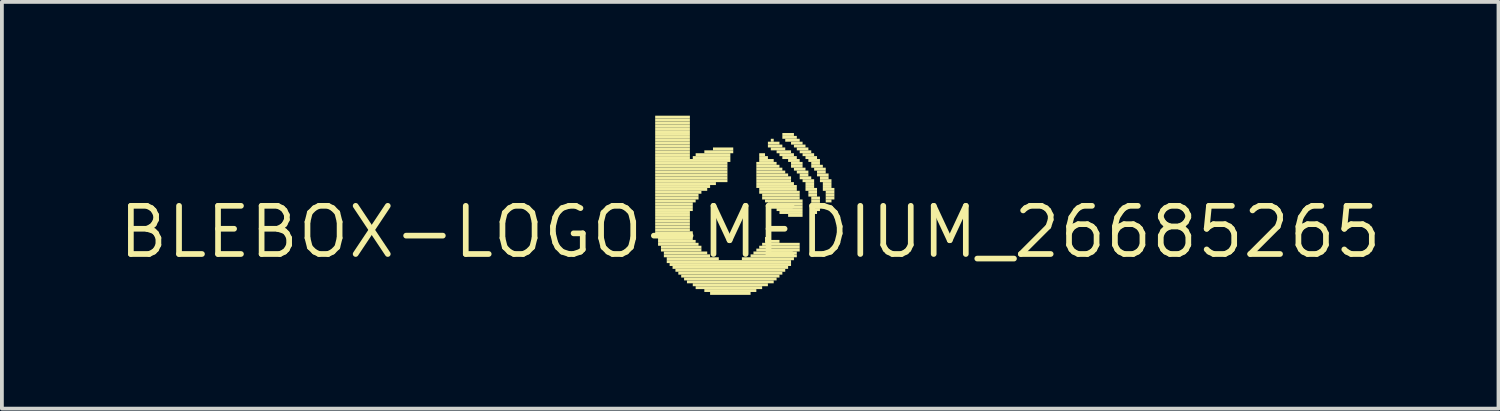
<source format=kicad_pcb>
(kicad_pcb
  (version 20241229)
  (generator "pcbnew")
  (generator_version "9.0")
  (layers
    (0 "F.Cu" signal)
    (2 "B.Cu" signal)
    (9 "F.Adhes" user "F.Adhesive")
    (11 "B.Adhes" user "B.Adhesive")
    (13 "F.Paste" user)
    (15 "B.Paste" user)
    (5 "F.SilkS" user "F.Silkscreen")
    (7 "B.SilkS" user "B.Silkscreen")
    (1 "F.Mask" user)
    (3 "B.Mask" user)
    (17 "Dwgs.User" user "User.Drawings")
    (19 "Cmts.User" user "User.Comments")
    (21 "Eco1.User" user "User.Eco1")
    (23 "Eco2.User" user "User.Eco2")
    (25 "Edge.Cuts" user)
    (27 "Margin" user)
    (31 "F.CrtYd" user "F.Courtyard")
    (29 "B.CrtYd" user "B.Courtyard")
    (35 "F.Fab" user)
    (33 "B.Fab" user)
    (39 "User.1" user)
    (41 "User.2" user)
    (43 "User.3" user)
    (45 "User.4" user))
  (footprint "BLEBOX-LOGO-MEDIUM_26685265"
    (layer "F.Cu")
    (at 16.729 3.067)
    (property "Reference" "BLEBOX-LOGO-MEDIUM_26685265" (at 0 0 0) (layer "F.SilkS") (effects (font (size 1.27 1.27) (thickness 0.15))))
    (fp_poly (pts (xy -2.505 -2.991) (xy -1.59 -2.991) (xy -1.59 -3.067) (xy -2.505 -3.067)) (stroke (width 0) (type default)) (fill yes) (layer "F.SilkS"))
    (fp_poly (pts (xy -2.505 -2.915) (xy -1.59 -2.915) (xy -1.59 -2.991) (xy -2.505 -2.991)) (stroke (width 0) (type default)) (fill yes) (layer "F.SilkS"))
    (fp_poly (pts (xy -2.505 -2.839) (xy -1.59 -2.839) (xy -1.59 -2.915) (xy -2.505 -2.915)) (stroke (width 0) (type default)) (fill yes) (layer "F.SilkS"))
    (fp_poly (pts (xy -2.505 -2.763) (xy -1.59 -2.763) (xy -1.59 -2.839) (xy -2.505 -2.839)) (stroke (width 0) (type default)) (fill yes) (layer "F.SilkS"))
    (fp_poly (pts (xy -2.505 -2.686) (xy -1.59 -2.686) (xy -1.59 -2.763) (xy -2.505 -2.763)) (stroke (width 0) (type default)) (fill yes) (layer "F.SilkS"))
    (fp_poly (pts (xy -2.505 -2.61) (xy -1.59 -2.61) (xy -1.59 -2.686) (xy -2.505 -2.686)) (stroke (width 0) (type default)) (fill yes) (layer "F.SilkS"))
    (fp_poly (pts (xy -2.505 -2.534) (xy -1.59 -2.534) (xy -1.59 -2.61) (xy -2.505 -2.61)) (stroke (width 0) (type default)) (fill yes) (layer "F.SilkS"))
    (fp_poly (pts (xy -2.505 -2.458) (xy -1.59 -2.458) (xy -1.59 -2.534) (xy -2.505 -2.534)) (stroke (width 0) (type default)) (fill yes) (layer "F.SilkS"))
    (fp_poly (pts (xy -2.505 -2.381) (xy -1.59 -2.381) (xy -1.59 -2.458) (xy -2.505 -2.458)) (stroke (width 0) (type default)) (fill yes) (layer "F.SilkS"))
    (fp_poly (pts (xy -2.505 -2.305) (xy -1.59 -2.305) (xy -1.59 -2.381) (xy -2.505 -2.381)) (stroke (width 0) (type default)) (fill yes) (layer "F.SilkS"))
    (fp_poly (pts (xy -2.505 -2.229) (xy -1.59 -2.229) (xy -1.59 -2.305) (xy -2.505 -2.305)) (stroke (width 0) (type default)) (fill yes) (layer "F.SilkS"))
    (fp_poly (pts (xy -2.505 -2.153) (xy -1.59 -2.153) (xy -1.59 -2.229) (xy -2.505 -2.229)) (stroke (width 0) (type default)) (fill yes) (layer "F.SilkS"))
    (fp_poly (pts (xy -2.505 -2.077) (xy -1.59 -2.077) (xy -1.59 -2.153) (xy -2.505 -2.153)) (stroke (width 0) (type default)) (fill yes) (layer "F.SilkS"))
    (fp_poly (pts (xy -2.505 -2.001) (xy -1.59 -2.001) (xy -1.59 -2.077) (xy -2.505 -2.077)) (stroke (width 0) (type default)) (fill yes) (layer "F.SilkS"))
    (fp_poly (pts (xy -2.505 -1.924) (xy -1.59 -1.924) (xy -1.59 -2.001) (xy -2.505 -2.001)) (stroke (width 0) (type default)) (fill yes) (layer "F.SilkS"))
    (fp_poly (pts (xy -2.505 -1.848) (xy -0.523 -1.848) (xy -0.523 -1.924) (xy -2.505 -1.924)) (stroke (width 0) (type default)) (fill yes) (layer "F.SilkS"))
    (fp_poly (pts (xy -2.505 -1.772) (xy -0.6 -1.772) (xy -0.6 -1.848) (xy -2.505 -1.848)) (stroke (width 0) (type default)) (fill yes) (layer "F.SilkS"))
    (fp_poly (pts (xy -2.505 -1.696) (xy -0.6 -1.696) (xy -0.6 -1.772) (xy -2.505 -1.772)) (stroke (width 0) (type default)) (fill yes) (layer "F.SilkS"))
    (fp_poly (pts (xy -2.505 -1.619) (xy -0.6 -1.619) (xy -0.6 -1.696) (xy -2.505 -1.696)) (stroke (width 0) (type default)) (fill yes) (layer "F.SilkS"))
    (fp_poly (pts (xy -2.505 -1.543) (xy -0.6 -1.543) (xy -0.6 -1.619) (xy -2.505 -1.619)) (stroke (width 0) (type default)) (fill yes) (layer "F.SilkS"))
    (fp_poly (pts (xy -2.505 -1.467) (xy -0.6 -1.467) (xy -0.6 -1.543) (xy -2.505 -1.543)) (stroke (width 0) (type default)) (fill yes) (layer "F.SilkS"))
    (fp_poly (pts (xy -2.505 -1.391) (xy -0.6 -1.391) (xy -0.6 -1.467) (xy -2.505 -1.467)) (stroke (width 0) (type default)) (fill yes) (layer "F.SilkS"))
    (fp_poly (pts (xy -2.505 -1.315) (xy -0.6 -1.315) (xy -0.6 -1.391) (xy -2.505 -1.391)) (stroke (width 0) (type default)) (fill yes) (layer "F.SilkS"))
    (fp_poly (pts (xy -2.505 -1.238) (xy -0.904 -1.238) (xy -0.904 -1.315) (xy -2.505 -1.315)) (stroke (width 0) (type default)) (fill yes) (layer "F.SilkS"))
    (fp_poly (pts (xy -2.505 -1.162) (xy -1.057 -1.162) (xy -1.057 -1.238) (xy -2.505 -1.238)) (stroke (width 0) (type default)) (fill yes) (layer "F.SilkS"))
    (fp_poly (pts (xy -2.505 -1.086) (xy -1.133 -1.086) (xy -1.133 -1.162) (xy -2.505 -1.162)) (stroke (width 0) (type default)) (fill yes) (layer "F.SilkS"))
    (fp_poly (pts (xy -2.505 -1.01) (xy -1.286 -1.01) (xy -1.286 -1.086) (xy -2.505 -1.086)) (stroke (width 0) (type default)) (fill yes) (layer "F.SilkS"))
    (fp_poly (pts (xy -2.505 -0.934) (xy -1.362 -0.934) (xy -1.362 -1.01) (xy -2.505 -1.01)) (stroke (width 0) (type default)) (fill yes) (layer "F.SilkS"))
    (fp_poly (pts (xy -2.505 -0.858) (xy -1.362 -0.858) (xy -1.362 -0.934) (xy -2.505 -0.934)) (stroke (width 0) (type default)) (fill yes) (layer "F.SilkS"))
    (fp_poly (pts (xy -2.505 -0.781) (xy -1.438 -0.781) (xy -1.438 -0.858) (xy -2.505 -0.858)) (stroke (width 0) (type default)) (fill yes) (layer "F.SilkS"))
    (fp_poly (pts (xy -2.505 -0.705) (xy -1.514 -0.705) (xy -1.514 -0.781) (xy -2.505 -0.781)) (stroke (width 0) (type default)) (fill yes) (layer "F.SilkS"))
    (fp_poly (pts (xy -2.505 -0.629) (xy -1.514 -0.629) (xy -1.514 -0.705) (xy -2.505 -0.705)) (stroke (width 0) (type default)) (fill yes) (layer "F.SilkS"))
    (fp_poly (pts (xy -2.505 -0.553) (xy -1.514 -0.553) (xy -1.514 -0.629) (xy -2.505 -0.629)) (stroke (width 0) (type default)) (fill yes) (layer "F.SilkS"))
    (fp_poly (pts (xy -2.505 -0.476) (xy -1.59 -0.476) (xy -1.59 -0.553) (xy -2.505 -0.553)) (stroke (width 0) (type default)) (fill yes) (layer "F.SilkS"))
    (fp_poly (pts (xy -2.505 -0.4) (xy -1.59 -0.4) (xy -1.59 -0.476) (xy -2.505 -0.476)) (stroke (width 0) (type default)) (fill yes) (layer "F.SilkS"))
    (fp_poly (pts (xy -2.505 -0.324) (xy -1.59 -0.324) (xy -1.59 -0.4) (xy -2.505 -0.4)) (stroke (width 0) (type default)) (fill yes) (layer "F.SilkS"))
    (fp_poly (pts (xy -2.505 -0.248) (xy -1.59 -0.248) (xy -1.59 -0.324) (xy -2.505 -0.324)) (stroke (width 0) (type default)) (fill yes) (layer "F.SilkS"))
    (fp_poly (pts (xy -2.505 -0.172) (xy -1.59 -0.172) (xy -1.59 -0.248) (xy -2.505 -0.248)) (stroke (width 0) (type default)) (fill yes) (layer "F.SilkS"))
    (fp_poly (pts (xy -2.505 -0.096) (xy -1.59 -0.096) (xy -1.59 -0.172) (xy -2.505 -0.172)) (stroke (width 0) (type default)) (fill yes) (layer "F.SilkS"))
    (fp_poly (pts (xy -2.505 -0.019) (xy -1.59 -0.019) (xy -1.59 -0.096) (xy -2.505 -0.096)) (stroke (width 0) (type default)) (fill yes) (layer "F.SilkS"))
    (fp_poly (pts (xy -2.505 0.057) (xy -1.514 0.057) (xy -1.514 -0.019) (xy -2.505 -0.019)) (stroke (width 0) (type default)) (fill yes) (layer "F.SilkS"))
    (fp_poly (pts (xy -2.429 0.133) (xy -1.514 0.133) (xy -1.514 0.057) (xy -2.429 0.057)) (stroke (width 0) (type default)) (fill yes) (layer "F.SilkS"))
    (fp_poly (pts (xy -2.429 0.209) (xy -1.514 0.209) (xy -1.514 0.133) (xy -2.429 0.133)) (stroke (width 0) (type default)) (fill yes) (layer "F.SilkS"))
    (fp_poly (pts (xy -2.429 0.285) (xy -1.438 0.285) (xy -1.438 0.209) (xy -2.429 0.209)) (stroke (width 0) (type default)) (fill yes) (layer "F.SilkS"))
    (fp_poly (pts (xy -2.429 0.362) (xy -1.362 0.362) (xy -1.362 0.285) (xy -2.429 0.285)) (stroke (width 0) (type default)) (fill yes) (layer "F.SilkS"))
    (fp_poly (pts (xy -2.352 0.438) (xy -1.286 0.438) (xy -1.286 0.362) (xy -2.352 0.362)) (stroke (width 0) (type default)) (fill yes) (layer "F.SilkS"))
    (fp_poly (pts (xy -2.352 0.514) (xy -1.286 0.514) (xy -1.286 0.438) (xy -2.352 0.438)) (stroke (width 0) (type default)) (fill yes) (layer "F.SilkS"))
    (fp_poly (pts (xy -2.276 0.59) (xy -1.133 0.59) (xy -1.133 0.514) (xy -2.276 0.514)) (stroke (width 0) (type default)) (fill yes) (layer "F.SilkS"))
    (fp_poly (pts (xy -2.276 0.666) (xy -1.057 0.666) (xy -1.057 0.59) (xy -2.276 0.59)) (stroke (width 0) (type default)) (fill yes) (layer "F.SilkS"))
    (fp_poly (pts (xy -2.2 0.743) (xy -0.828 0.743) (xy -0.828 0.666) (xy -2.2 0.666)) (stroke (width 0) (type default)) (fill yes) (layer "F.SilkS"))
    (fp_poly (pts (xy -2.2 0.819) (xy 1.077 0.819) (xy 1.077 0.743) (xy -2.2 0.743)) (stroke (width 0) (type default)) (fill yes) (layer "F.SilkS"))
    (fp_poly (pts (xy -2.124 0.895) (xy 1.077 0.895) (xy 1.077 0.819) (xy -2.124 0.819)) (stroke (width 0) (type default)) (fill yes) (layer "F.SilkS"))
    (fp_poly (pts (xy -2.047 0.971) (xy 1 0.971) (xy 1 0.895) (xy -2.047 0.895)) (stroke (width 0) (type default)) (fill yes) (layer "F.SilkS"))
    (fp_poly (pts (xy -1.971 1.048) (xy 0.924 1.048) (xy 0.924 0.971) (xy -1.971 0.971)) (stroke (width 0) (type default)) (fill yes) (layer "F.SilkS"))
    (fp_poly (pts (xy -1.895 1.124) (xy 0.848 1.124) (xy 0.848 1.048) (xy -1.895 1.048)) (stroke (width 0) (type default)) (fill yes) (layer "F.SilkS"))
    (fp_poly (pts (xy -1.819 1.2) (xy 0.772 1.2) (xy 0.772 1.124) (xy -1.819 1.124)) (stroke (width 0) (type default)) (fill yes) (layer "F.SilkS"))
    (fp_poly (pts (xy -1.743 1.276) (xy 0.696 1.276) (xy 0.696 1.2) (xy -1.743 1.2)) (stroke (width 0) (type default)) (fill yes) (layer "F.SilkS"))
    (fp_poly (pts (xy -1.667 1.352) (xy 0.62 1.352) (xy 0.62 1.276) (xy -1.667 1.276)) (stroke (width 0) (type default)) (fill yes) (layer "F.SilkS"))
    (fp_poly (pts (xy -1.514 -1.924) (xy -0.523 -1.924) (xy -0.523 -2.001) (xy -1.514 -2.001)) (stroke (width 0) (type default)) (fill yes) (layer "F.SilkS"))
    (fp_poly (pts (xy -1.514 1.429) (xy 0.467 1.429) (xy 0.467 1.352) (xy -1.514 1.352)) (stroke (width 0) (type default)) (fill yes) (layer "F.SilkS"))
    (fp_poly (pts (xy -1.438 -2.001) (xy -0.523 -2.001) (xy -0.523 -2.077) (xy -1.438 -2.077)) (stroke (width 0) (type default)) (fill yes) (layer "F.SilkS"))
    (fp_poly (pts (xy -1.438 1.505) (xy 0.315 1.505) (xy 0.315 1.429) (xy -1.438 1.429)) (stroke (width 0) (type default)) (fill yes) (layer "F.SilkS"))
    (fp_poly (pts (xy -1.209 -2.077) (xy -0.447 -2.077) (xy -0.447 -2.153) (xy -1.209 -2.153)) (stroke (width 0) (type default)) (fill yes) (layer "F.SilkS"))
    (fp_poly (pts (xy -1.209 1.581) (xy 0.162 1.581) (xy 0.162 1.505) (xy -1.209 1.505)) (stroke (width 0) (type default)) (fill yes) (layer "F.SilkS"))
    (fp_poly (pts (xy -1.057 1.657) (xy 0.01 1.657) (xy 0.01 1.581) (xy -1.057 1.581)) (stroke (width 0) (type default)) (fill yes) (layer "F.SilkS"))
    (fp_poly (pts (xy -0.981 -2.153) (xy -0.447 -2.153) (xy -0.447 -2.229) (xy -0.981 -2.229)) (stroke (width 0) (type default)) (fill yes) (layer "F.SilkS"))
    (fp_poly (pts (xy -0.219 0.743) (xy 1.153 0.743) (xy 1.153 0.666) (xy -0.219 0.666)) (stroke (width 0) (type default)) (fill yes) (layer "F.SilkS"))
    (fp_poly (pts (xy 0.01 0.666) (xy 1.229 0.666) (xy 1.229 0.59) (xy 0.01 0.59)) (stroke (width 0) (type default)) (fill yes) (layer "F.SilkS"))
    (fp_poly (pts (xy 0.086 0.59) (xy 1.229 0.59) (xy 1.229 0.514) (xy 0.086 0.514)) (stroke (width 0) (type default)) (fill yes) (layer "F.SilkS"))
    (fp_poly (pts (xy 0.162 -1.772) (xy 0.696 -1.772) (xy 0.696 -1.848) (xy 0.162 -1.848)) (stroke (width 0) (type default)) (fill yes) (layer "F.SilkS"))
    (fp_poly (pts (xy 0.162 -1.696) (xy 0.772 -1.696) (xy 0.772 -1.772) (xy 0.162 -1.772)) (stroke (width 0) (type default)) (fill yes) (layer "F.SilkS"))
    (fp_poly (pts (xy 0.162 -1.619) (xy 0.848 -1.619) (xy 0.848 -1.696) (xy 0.162 -1.696)) (stroke (width 0) (type default)) (fill yes) (layer "F.SilkS"))
    (fp_poly (pts (xy 0.162 -1.543) (xy 0.924 -1.543) (xy 0.924 -1.619) (xy 0.162 -1.619)) (stroke (width 0) (type default)) (fill yes) (layer "F.SilkS"))
    (fp_poly (pts (xy 0.162 -1.467) (xy 1 -1.467) (xy 1 -1.543) (xy 0.162 -1.543)) (stroke (width 0) (type default)) (fill yes) (layer "F.SilkS"))
    (fp_poly (pts (xy 0.162 -1.391) (xy 1.077 -1.391) (xy 1.077 -1.467) (xy 0.162 -1.467)) (stroke (width 0) (type default)) (fill yes) (layer "F.SilkS"))
    (fp_poly (pts (xy 0.162 -1.315) (xy 1.077 -1.315) (xy 1.077 -1.391) (xy 0.162 -1.391)) (stroke (width 0) (type default)) (fill yes) (layer "F.SilkS"))
    (fp_poly (pts (xy 0.162 -1.238) (xy 1.153 -1.238) (xy 1.153 -1.315) (xy 0.162 -1.315)) (stroke (width 0) (type default)) (fill yes) (layer "F.SilkS"))
    (fp_poly (pts (xy 0.162 -1.162) (xy 1.229 -1.162) (xy 1.229 -1.238) (xy 0.162 -1.238)) (stroke (width 0) (type default)) (fill yes) (layer "F.SilkS"))
    (fp_poly (pts (xy 0.162 0.514) (xy 1.305 0.514) (xy 1.305 0.438) (xy 0.162 0.438)) (stroke (width 0) (type default)) (fill yes) (layer "F.SilkS"))
    (fp_poly (pts (xy 0.238 -2.001) (xy 0.391 -2.001) (xy 0.391 -2.077) (xy 0.238 -2.077)) (stroke (width 0) (type default)) (fill yes) (layer "F.SilkS"))
    (fp_poly (pts (xy 0.238 -1.924) (xy 0.467 -1.924) (xy 0.467 -2.001) (xy 0.238 -2.001)) (stroke (width 0) (type default)) (fill yes) (layer "F.SilkS"))
    (fp_poly (pts (xy 0.238 -1.848) (xy 0.62 -1.848) (xy 0.62 -1.924) (xy 0.238 -1.924)) (stroke (width 0) (type default)) (fill yes) (layer "F.SilkS"))
    (fp_poly (pts (xy 0.238 -1.086) (xy 1.229 -1.086) (xy 1.229 -1.162) (xy 0.238 -1.162)) (stroke (width 0) (type default)) (fill yes) (layer "F.SilkS"))
    (fp_poly (pts (xy 0.238 -1.01) (xy 1.305 -1.01) (xy 1.305 -1.086) (xy 0.238 -1.086)) (stroke (width 0) (type default)) (fill yes) (layer "F.SilkS"))
    (fp_poly (pts (xy 0.238 0.438) (xy 1.305 0.438) (xy 1.305 0.362) (xy 0.238 0.362)) (stroke (width 0) (type default)) (fill yes) (layer "F.SilkS"))
    (fp_poly (pts (xy 0.315 -0.934) (xy 1.305 -0.934) (xy 1.305 -1.01) (xy 0.315 -1.01)) (stroke (width 0) (type default)) (fill yes) (layer "F.SilkS"))
    (fp_poly (pts (xy 0.315 -0.858) (xy 1.305 -0.858) (xy 1.305 -0.934) (xy 0.315 -0.934)) (stroke (width 0) (type default)) (fill yes) (layer "F.SilkS"))
    (fp_poly (pts (xy 0.315 0.362) (xy 1.305 0.362) (xy 1.305 0.285) (xy 0.315 0.285)) (stroke (width 0) (type default)) (fill yes) (layer "F.SilkS"))
    (fp_poly (pts (xy 0.391 -0.781) (xy 1.381 -0.781) (xy 1.381 -0.858) (xy 0.391 -0.858)) (stroke (width 0) (type default)) (fill yes) (layer "F.SilkS"))
    (fp_poly (pts (xy 0.391 0.209) (xy 0.543 0.209) (xy 0.543 0.133) (xy 0.391 0.133)) (stroke (width 0) (type default)) (fill yes) (layer "F.SilkS"))
    (fp_poly (pts (xy 0.391 0.285) (xy 0.772 0.285) (xy 0.772 0.209) (xy 0.391 0.209)) (stroke (width 0) (type default)) (fill yes) (layer "F.SilkS"))
    (fp_poly (pts (xy 0.467 -2.305) (xy 0.772 -2.305) (xy 0.772 -2.381) (xy 0.467 -2.381)) (stroke (width 0) (type default)) (fill yes) (layer "F.SilkS"))
    (fp_poly (pts (xy 0.467 -2.229) (xy 0.848 -2.229) (xy 0.848 -2.305) (xy 0.467 -2.305)) (stroke (width 0) (type default)) (fill yes) (layer "F.SilkS"))
    (fp_poly (pts (xy 0.467 -0.705) (xy 1.381 -0.705) (xy 1.381 -0.781) (xy 0.467 -0.781)) (stroke (width 0) (type default)) (fill yes) (layer "F.SilkS"))
    (fp_poly (pts (xy 0.543 -2.381) (xy 0.62 -2.381) (xy 0.62 -2.458) (xy 0.543 -2.458)) (stroke (width 0) (type default)) (fill yes) (layer "F.SilkS"))
    (fp_poly (pts (xy 0.543 -2.153) (xy 0.924 -2.153) (xy 0.924 -2.229) (xy 0.543 -2.229)) (stroke (width 0) (type default)) (fill yes) (layer "F.SilkS"))
    (fp_poly (pts (xy 0.543 -0.629) (xy 1.381 -0.629) (xy 1.381 -0.705) (xy 0.543 -0.705)) (stroke (width 0) (type default)) (fill yes) (layer "F.SilkS"))
    (fp_poly (pts (xy 0.696 -2.077) (xy 1.077 -2.077) (xy 1.077 -2.153) (xy 0.696 -2.153)) (stroke (width 0) (type default)) (fill yes) (layer "F.SilkS"))
    (fp_poly (pts (xy 0.696 -0.553) (xy 1.381 -0.553) (xy 1.381 -0.629) (xy 0.696 -0.629)) (stroke (width 0) (type default)) (fill yes) (layer "F.SilkS"))
    (fp_poly (pts (xy 0.772 -2.001) (xy 1.153 -2.001) (xy 1.153 -2.077) (xy 0.772 -2.077)) (stroke (width 0) (type default)) (fill yes) (layer "F.SilkS"))
    (fp_poly (pts (xy 0.772 -0.476) (xy 1.381 -0.476) (xy 1.381 -0.553) (xy 0.772 -0.553)) (stroke (width 0) (type default)) (fill yes) (layer "F.SilkS"))
    (fp_poly (pts (xy 0.848 -2.534) (xy 1.153 -2.534) (xy 1.153 -2.61) (xy 0.848 -2.61)) (stroke (width 0) (type default)) (fill yes) (layer "F.SilkS"))
    (fp_poly (pts (xy 0.848 -2.458) (xy 1.229 -2.458) (xy 1.229 -2.534) (xy 0.848 -2.534)) (stroke (width 0) (type default)) (fill yes) (layer "F.SilkS"))
    (fp_poly (pts (xy 0.848 -1.924) (xy 1.229 -1.924) (xy 1.229 -2.001) (xy 0.848 -2.001)) (stroke (width 0) (type default)) (fill yes) (layer "F.SilkS"))
    (fp_poly (pts (xy 0.924 -2.381) (xy 1.305 -2.381) (xy 1.305 -2.458) (xy 0.924 -2.458)) (stroke (width 0) (type default)) (fill yes) (layer "F.SilkS"))
    (fp_poly (pts (xy 1 -1.848) (xy 1.305 -1.848) (xy 1.305 -1.924) (xy 1 -1.924)) (stroke (width 0) (type default)) (fill yes) (layer "F.SilkS"))
    (fp_poly (pts (xy 1 -0.4) (xy 1.381 -0.4) (xy 1.381 -0.476) (xy 1 -0.476)) (stroke (width 0) (type default)) (fill yes) (layer "F.SilkS"))
    (fp_poly (pts (xy 1.077 -2.305) (xy 1.381 -2.305) (xy 1.381 -2.381) (xy 1.077 -2.381)) (stroke (width 0) (type default)) (fill yes) (layer "F.SilkS"))
    (fp_poly (pts (xy 1.077 -1.772) (xy 1.381 -1.772) (xy 1.381 -1.848) (xy 1.077 -1.848)) (stroke (width 0) (type default)) (fill yes) (layer "F.SilkS"))
    (fp_poly (pts (xy 1.077 -1.696) (xy 1.381 -1.696) (xy 1.381 -1.772) (xy 1.077 -1.772)) (stroke (width 0) (type default)) (fill yes) (layer "F.SilkS"))
    (fp_poly (pts (xy 1.153 -2.229) (xy 1.458 -2.229) (xy 1.458 -2.305) (xy 1.153 -2.305)) (stroke (width 0) (type default)) (fill yes) (layer "F.SilkS"))
    (fp_poly (pts (xy 1.153 -1.619) (xy 1.458 -1.619) (xy 1.458 -1.696) (xy 1.153 -1.696)) (stroke (width 0) (type default)) (fill yes) (layer "F.SilkS"))
    (fp_poly (pts (xy 1.229 -2.153) (xy 1.534 -2.153) (xy 1.534 -2.229) (xy 1.229 -2.229)) (stroke (width 0) (type default)) (fill yes) (layer "F.SilkS"))
    (fp_poly (pts (xy 1.229 -1.543) (xy 1.534 -1.543) (xy 1.534 -1.619) (xy 1.229 -1.619)) (stroke (width 0) (type default)) (fill yes) (layer "F.SilkS"))
    (fp_poly (pts (xy 1.305 -2.077) (xy 1.61 -2.077) (xy 1.61 -2.153) (xy 1.305 -2.153)) (stroke (width 0) (type default)) (fill yes) (layer "F.SilkS"))
    (fp_poly (pts (xy 1.305 -1.467) (xy 1.534 -1.467) (xy 1.534 -1.543) (xy 1.305 -1.543)) (stroke (width 0) (type default)) (fill yes) (layer "F.SilkS"))
    (fp_poly (pts (xy 1.305 -1.391) (xy 1.61 -1.391) (xy 1.61 -1.467) (xy 1.305 -1.467)) (stroke (width 0) (type default)) (fill yes) (layer "F.SilkS"))
    (fp_poly (pts (xy 1.381 -2.001) (xy 1.686 -2.001) (xy 1.686 -2.077) (xy 1.381 -2.077)) (stroke (width 0) (type default)) (fill yes) (layer "F.SilkS"))
    (fp_poly (pts (xy 1.381 -1.315) (xy 1.686 -1.315) (xy 1.686 -1.391) (xy 1.381 -1.391)) (stroke (width 0) (type default)) (fill yes) (layer "F.SilkS"))
    (fp_poly (pts (xy 1.458 -1.924) (xy 1.762 -1.924) (xy 1.762 -2.001) (xy 1.458 -2.001)) (stroke (width 0) (type default)) (fill yes) (layer "F.SilkS"))
    (fp_poly (pts (xy 1.458 -1.238) (xy 1.686 -1.238) (xy 1.686 -1.315) (xy 1.458 -1.315)) (stroke (width 0) (type default)) (fill yes) (layer "F.SilkS"))
    (fp_poly (pts (xy 1.458 -1.162) (xy 1.686 -1.162) (xy 1.686 -1.238) (xy 1.458 -1.238)) (stroke (width 0) (type default)) (fill yes) (layer "F.SilkS"))
    (fp_poly (pts (xy 1.458 -1.086) (xy 1.762 -1.086) (xy 1.762 -1.162) (xy 1.458 -1.162)) (stroke (width 0) (type default)) (fill yes) (layer "F.SilkS"))
    (fp_poly (pts (xy 1.534 -1.848) (xy 1.839 -1.848) (xy 1.839 -1.924) (xy 1.534 -1.924)) (stroke (width 0) (type default)) (fill yes) (layer "F.SilkS"))
    (fp_poly (pts (xy 1.534 -1.01) (xy 1.762 -1.01) (xy 1.762 -1.086) (xy 1.534 -1.086)) (stroke (width 0) (type default)) (fill yes) (layer "F.SilkS"))
    (fp_poly (pts (xy 1.534 -0.934) (xy 1.762 -0.934) (xy 1.762 -1.01) (xy 1.534 -1.01)) (stroke (width 0) (type default)) (fill yes) (layer "F.SilkS"))
    (fp_poly (pts (xy 1.61 -1.772) (xy 1.839 -1.772) (xy 1.839 -1.848) (xy 1.61 -1.848)) (stroke (width 0) (type default)) (fill yes) (layer "F.SilkS"))
    (fp_poly (pts (xy 1.61 -1.696) (xy 1.915 -1.696) (xy 1.915 -1.772) (xy 1.61 -1.772)) (stroke (width 0) (type default)) (fill yes) (layer "F.SilkS"))
    (fp_poly (pts (xy 1.61 -0.858) (xy 1.839 -0.858) (xy 1.839 -0.934) (xy 1.61 -0.934)) (stroke (width 0) (type default)) (fill yes) (layer "F.SilkS"))
    (fp_poly (pts (xy 1.61 -0.781) (xy 1.839 -0.781) (xy 1.839 -0.858) (xy 1.61 -0.858)) (stroke (width 0) (type default)) (fill yes) (layer "F.SilkS"))
    (fp_poly (pts (xy 1.61 -0.705) (xy 1.839 -0.705) (xy 1.839 -0.781) (xy 1.61 -0.781)) (stroke (width 0) (type default)) (fill yes) (layer "F.SilkS"))
    (fp_poly (pts (xy 1.61 -0.629) (xy 1.839 -0.629) (xy 1.839 -0.705) (xy 1.61 -0.705)) (stroke (width 0) (type default)) (fill yes) (layer "F.SilkS"))
    (fp_poly (pts (xy 1.61 -0.553) (xy 1.839 -0.553) (xy 1.839 -0.629) (xy 1.61 -0.629)) (stroke (width 0) (type default)) (fill yes) (layer "F.SilkS"))
    (fp_poly (pts (xy 1.61 -0.476) (xy 1.762 -0.476) (xy 1.762 -0.553) (xy 1.61 -0.553)) (stroke (width 0) (type default)) (fill yes) (layer "F.SilkS"))
    (fp_poly (pts (xy 1.686 -1.619) (xy 1.991 -1.619) (xy 1.991 -1.696) (xy 1.686 -1.696)) (stroke (width 0) (type default)) (fill yes) (layer "F.SilkS"))
    (fp_poly (pts (xy 1.762 -1.543) (xy 1.991 -1.543) (xy 1.991 -1.619) (xy 1.762 -1.619)) (stroke (width 0) (type default)) (fill yes) (layer "F.SilkS"))
    (fp_poly (pts (xy 1.762 -1.467) (xy 2.067 -1.467) (xy 2.067 -1.543) (xy 1.762 -1.543)) (stroke (width 0) (type default)) (fill yes) (layer "F.SilkS"))
    (fp_poly (pts (xy 1.839 -1.391) (xy 2.067 -1.391) (xy 2.067 -1.467) (xy 1.839 -1.467)) (stroke (width 0) (type default)) (fill yes) (layer "F.SilkS"))
    (fp_poly (pts (xy 1.839 -1.315) (xy 2.143 -1.315) (xy 2.143 -1.391) (xy 1.839 -1.391)) (stroke (width 0) (type default)) (fill yes) (layer "F.SilkS"))
    (fp_poly (pts (xy 1.915 -1.238) (xy 2.143 -1.238) (xy 2.143 -1.315) (xy 1.915 -1.315)) (stroke (width 0) (type default)) (fill yes) (layer "F.SilkS"))
    (fp_poly (pts (xy 1.915 -1.162) (xy 2.143 -1.162) (xy 2.143 -1.238) (xy 1.915 -1.238)) (stroke (width 0) (type default)) (fill yes) (layer "F.SilkS"))
    (fp_poly (pts (xy 1.915 -1.086) (xy 2.22 -1.086) (xy 2.22 -1.162) (xy 1.915 -1.162)) (stroke (width 0) (type default)) (fill yes) (layer "F.SilkS"))
    (fp_poly (pts (xy 1.991 -1.01) (xy 2.22 -1.01) (xy 2.22 -1.086) (xy 1.991 -1.086)) (stroke (width 0) (type default)) (fill yes) (layer "F.SilkS"))
    (fp_poly (pts (xy 1.991 -0.934) (xy 2.22 -0.934) (xy 2.22 -1.01) (xy 1.991 -1.01)) (stroke (width 0) (type default)) (fill yes) (layer "F.SilkS"))
    (fp_poly (pts (xy 1.991 -0.858) (xy 2.22 -0.858) (xy 2.22 -0.934) (xy 1.991 -0.934)) (stroke (width 0) (type default)) (fill yes) (layer "F.SilkS"))
    (fp_poly (pts (xy 1.991 -0.781) (xy 2.143 -0.781) (xy 2.143 -0.858) (xy 1.991 -0.858)) (stroke (width 0) (type default)) (fill yes) (layer "F.SilkS")))
  (gr_rect
    (start -3 -3)
    (end 36.458 7.724)
    (stroke (width 0.1) (type default))
    (fill no)
    (layer "Edge.Cuts")))
</source>
